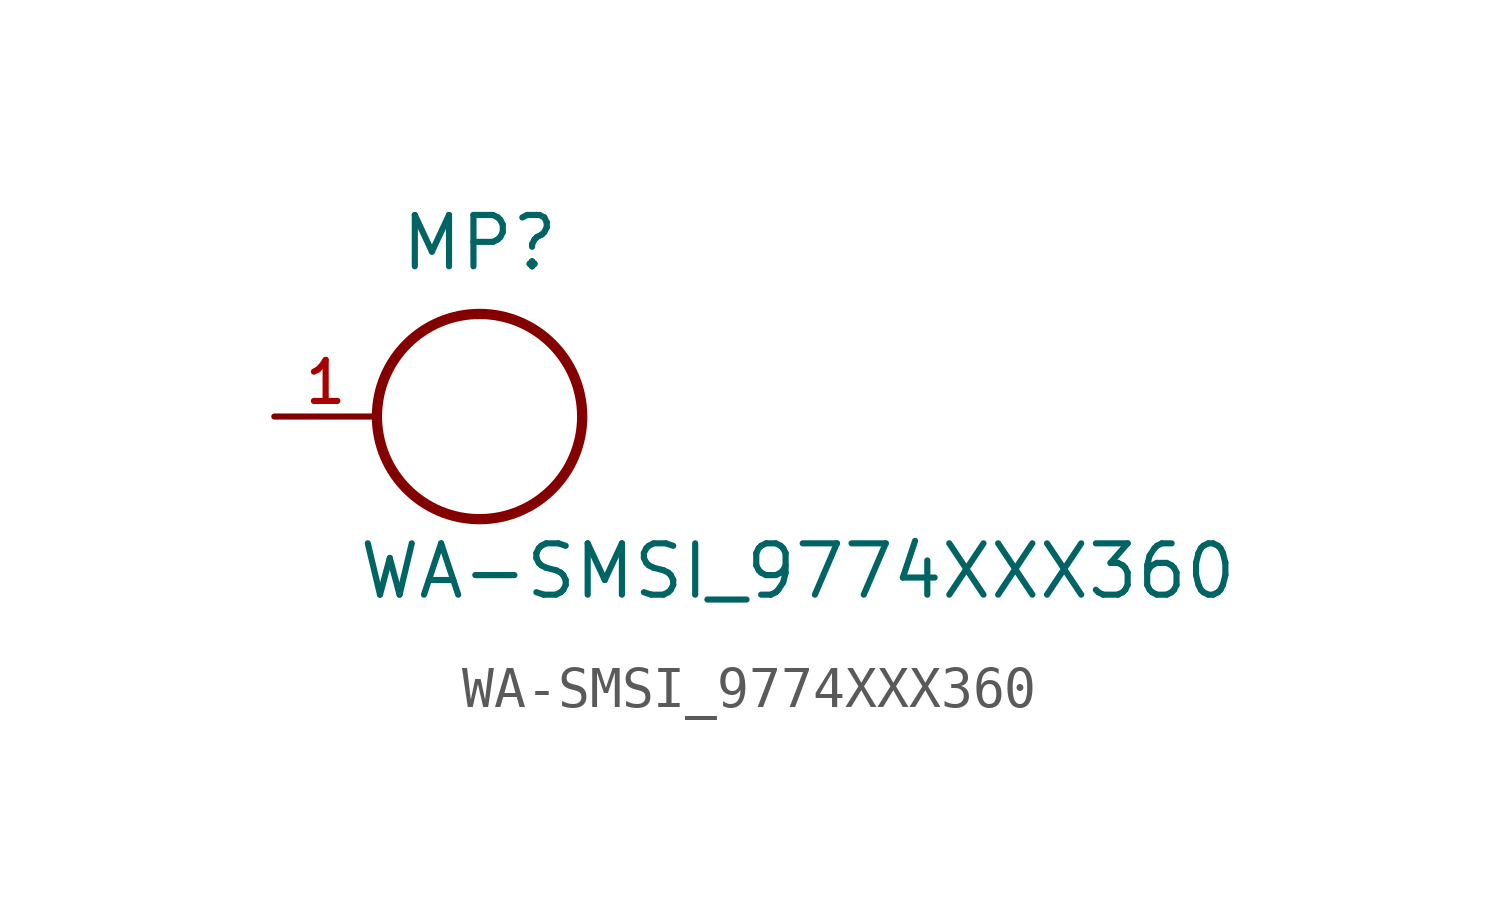
<source format=kicad_sym>
(kicad_symbol_lib
  (version 20211014)
  (generator kicad_symbol_editor)
  (symbol "WA-SMSI_9774XXX360"
    (pin_names
      (offset 1.016))
    (property "Reference" "MP"
      (at 0.0 3.556 0)
      (effects (font (size 1.27 1.27)) (justify bottom)))
    (property "Value" "WA-SMSI_9774XXX360"
      (at -3.048 -4.572 0)
      (effects (font (size 1.27 1.27)) (justify bottom left)))
    (symbol "WA-SMSI_9774XXX360_0_0"
      (circle (center 0.0 0.0) (radius 2.54) (stroke (width 0.254)) (fill (type none)))
      (pin passive line (at -5.08 0.0 0) (length 2.54) (name "~" (effects (font (size 1.016 1.016)))) (number "1" (effects (font (size 1.016 1.016))))))))
</source>
